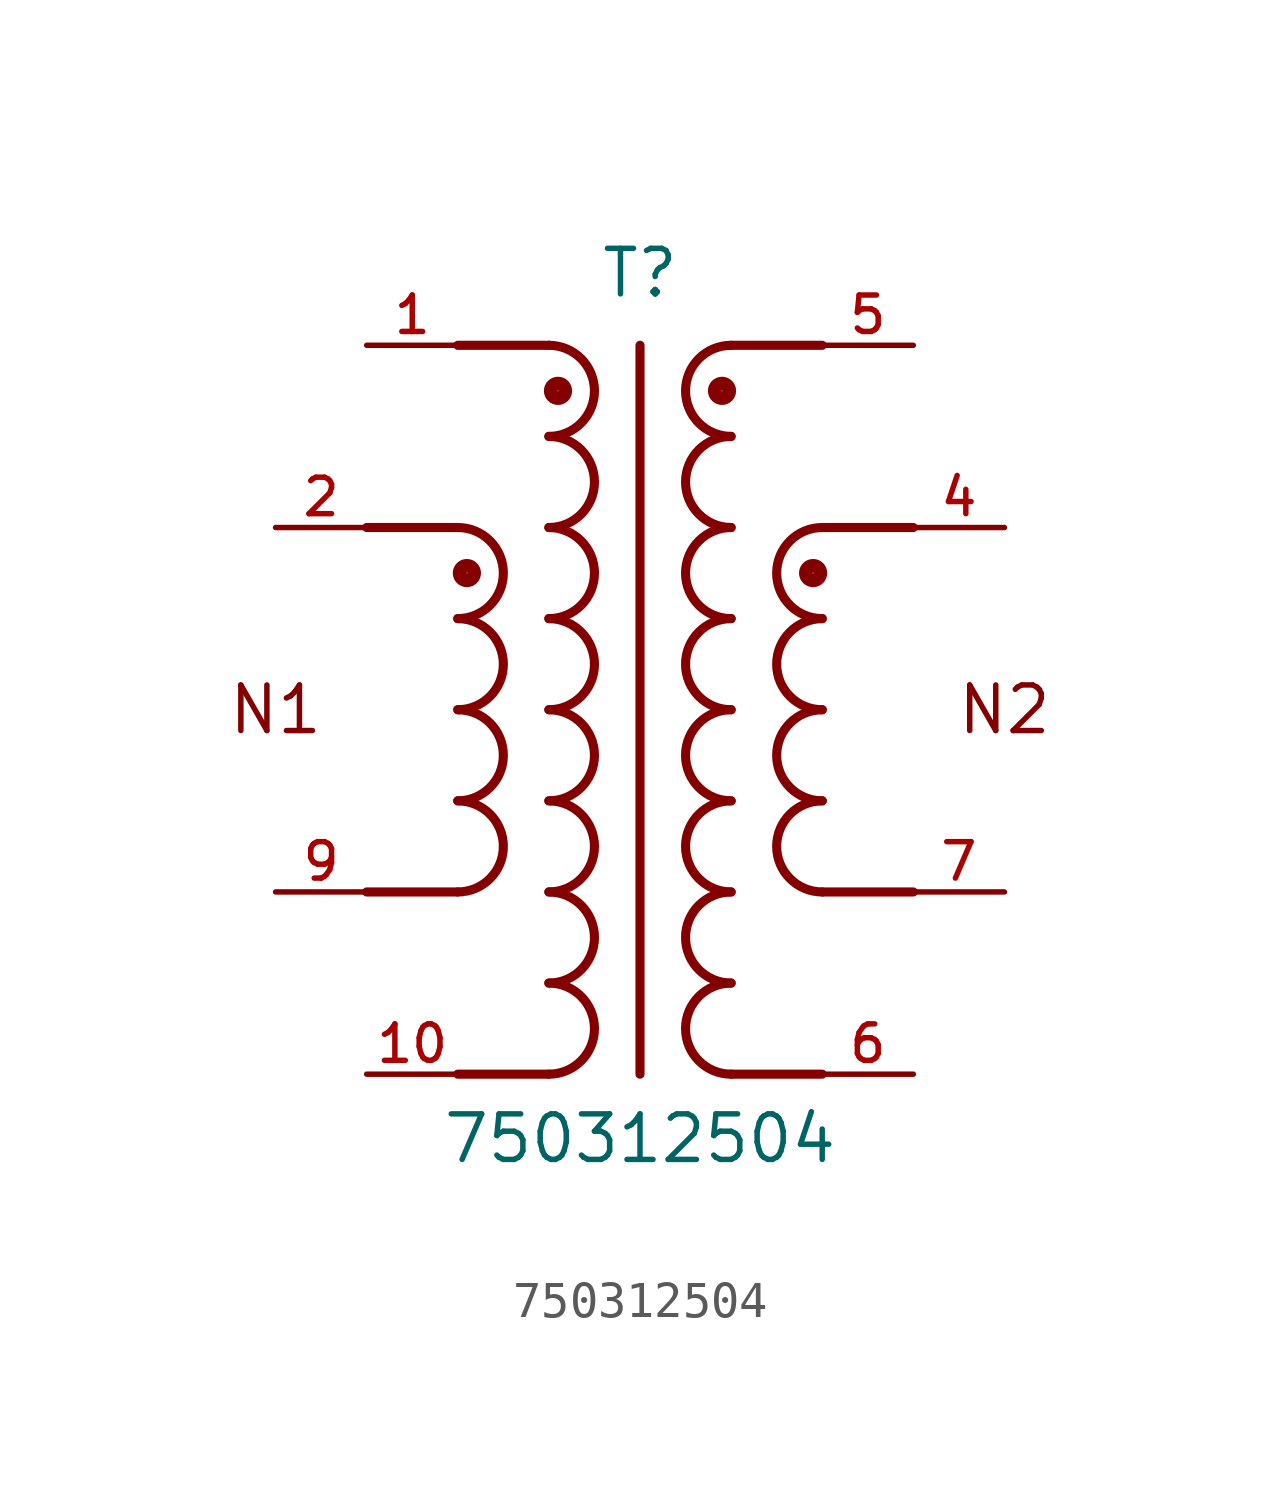
<source format=kicad_sym>
(kicad_symbol_lib
  (version 20211014)
  (generator kicad_symbol_editor)
  (symbol "750312504"
    (pin_names
      (offset 1.016))
    (property "Reference" "T"
      (at 0.0 11.43 0)
      (effects (font (size 1.27 1.27)) (justify bottom)))
    (property "Value" "750312504"
      (at 0.0 -12.7 0)
      (effects (font (size 1.27 1.27)) (justify bottom)))
    (symbol "750312504_0_0"
      (text "N1" (at -10.16 0.0 0) (effects (font (size 1.27 1.27))))
      (text "N2" (at 10.16 0.0 0) (effects (font (size 1.27 1.27))))
      (polyline (pts (xy 0.0 10.16) (xy 0.0 -10.16)) (stroke (width 0.254)))
      (arc (start -5.08 2.54) (mid -3.81 3.81) (end -5.08 5.08) (stroke (width 0.254) (type default) (color 0 0 0 0)) (fill (type none)))
      (arc (start -5.08 0.0) (mid -3.81 1.27) (end -5.08 2.54) (stroke (width 0.254) (type default) (color 0 0 0 0)) (fill (type none)))
      (arc (start -5.08 -2.54) (mid -3.81 -1.27) (end -5.08 0.0) (stroke (width 0.254) (type default) (color 0 0 0 0)) (fill (type none)))
      (arc (start -5.08 -5.08) (mid -3.81 -3.81) (end -5.08 -2.54) (stroke (width 0.254) (type default) (color 0 0 0 0)) (fill (type none)))
      (polyline (pts (xy -5.08 5.08) (xy -7.62 5.08)) (stroke (width 0.254)))
      (polyline (pts (xy -5.08 -5.08) (xy -7.62 -5.08)) (stroke (width 0.254)))
      (arc (start 5.08 -2.54) (mid 3.81 -3.81) (end 5.08 -5.08) (stroke (width 0.254) (type default) (color 0 0 0 0)) (fill (type none)))
      (arc (start 5.08 0.0) (mid 3.81 -1.27) (end 5.08 -2.54) (stroke (width 0.254) (type default) (color 0 0 0 0)) (fill (type none)))
      (arc (start 5.08 2.54) (mid 3.81 1.27) (end 5.08 0.0) (stroke (width 0.254) (type default) (color 0 0 0 0)) (fill (type none)))
      (arc (start 5.08 5.08) (mid 3.81 3.81) (end 5.08 2.54) (stroke (width 0.254) (type default) (color 0 0 0 0)) (fill (type none)))
      (polyline (pts (xy 5.08 5.08) (xy 7.62 5.08)) (stroke (width 0.254)))
      (polyline (pts (xy 5.08 -5.08) (xy 7.62 -5.08)) (stroke (width 0.254)))
      (arc (start 2.54 2.54) (mid 1.27 1.27) (end 2.54 0.0) (stroke (width 0.254) (type default) (color 0 0 0 0)) (fill (type none)))
      (arc (start 2.54 5.08) (mid 1.27 3.81) (end 2.54 2.54) (stroke (width 0.254) (type default) (color 0 0 0 0)) (fill (type none)))
      (arc (start 2.54 7.62) (mid 1.27 6.35) (end 2.54 5.08) (stroke (width 0.254) (type default) (color 0 0 0 0)) (fill (type none)))
      (arc (start 2.54 10.16) (mid 1.27 8.89) (end 2.54 7.62) (stroke (width 0.254) (type default) (color 0 0 0 0)) (fill (type none)))
      (polyline (pts (xy 2.54 10.16) (xy 5.08 10.16)) (stroke (width 0.254)))
      (arc (start 2.54 -7.62) (mid 1.27 -8.89) (end 2.54 -10.16) (stroke (width 0.254) (type default) (color 0 0 0 0)) (fill (type none)))
      (arc (start 2.54 -5.08) (mid 1.27 -6.35) (end 2.54 -7.62) (stroke (width 0.254) (type default) (color 0 0 0 0)) (fill (type none)))
      (arc (start 2.54 -2.54) (mid 1.27 -3.81) (end 2.54 -5.08) (stroke (width 0.254) (type default) (color 0 0 0 0)) (fill (type none)))
      (arc (start 2.54 0.0) (mid 1.27 -1.27) (end 2.54 -2.54) (stroke (width 0.254) (type default) (color 0 0 0 0)) (fill (type none)))
      (polyline (pts (xy 2.54 -10.16) (xy 5.08 -10.16)) (stroke (width 0.254)))
      (arc (start -2.54 7.62) (mid -1.27 8.89) (end -2.54 10.16) (stroke (width 0.254) (type default) (color 0 0 0 0)) (fill (type none)))
      (arc (start -2.54 5.08) (mid -1.27 6.35) (end -2.54 7.62) (stroke (width 0.254) (type default) (color 0 0 0 0)) (fill (type none)))
      (arc (start -2.54 2.54) (mid -1.27 3.81) (end -2.54 5.08) (stroke (width 0.254) (type default) (color 0 0 0 0)) (fill (type none)))
      (arc (start -2.54 0.0) (mid -1.27 1.27) (end -2.54 2.54) (stroke (width 0.254) (type default) (color 0 0 0 0)) (fill (type none)))
      (polyline (pts (xy -2.54 10.16) (xy -5.08 10.16)) (stroke (width 0.254)))
      (arc (start -2.54 -2.54) (mid -1.27 -1.27) (end -2.54 0.0) (stroke (width 0.254) (type default) (color 0 0 0 0)) (fill (type none)))
      (arc (start -2.54 -5.08) (mid -1.27 -3.81) (end -2.54 -2.54) (stroke (width 0.254) (type default) (color 0 0 0 0)) (fill (type none)))
      (arc (start -2.54 -7.62) (mid -1.27 -6.35) (end -2.54 -5.08) (stroke (width 0.254) (type default) (color 0 0 0 0)) (fill (type none)))
      (arc (start -2.54 -10.16) (mid -1.27 -8.89) (end -2.54 -7.62) (stroke (width 0.254) (type default) (color 0 0 0 0)) (fill (type none)))
      (polyline (pts (xy -2.54 -10.16) (xy -5.08 -10.16)) (stroke (width 0.254)))
      (circle (center -4.826 3.81) (radius 0.203) (stroke (width 0.381)) (fill (type none)))
      (circle (center 4.826 3.81) (radius 0.203) (stroke (width 0.381)) (fill (type none)))
      (circle (center 2.286 8.89) (radius 0.203) (stroke (width 0.381)) (fill (type none)))
      (circle (center -2.286 8.89) (radius 0.203) (stroke (width 0.381)) (fill (type none)))
      (pin passive line (at -10.16 5.08 0) (length 2.54) (name "~" (effects (font (size 1.016 1.016)))) (number "2" (effects (font (size 1.016 1.016)))))
      (pin passive line (at 10.16 5.08 180.0) (length 2.54) (name "~" (effects (font (size 1.016 1.016)))) (number "4" (effects (font (size 1.016 1.016)))))
      (pin passive line (at 10.16 -5.08 180.0) (length 2.54) (name "~" (effects (font (size 1.016 1.016)))) (number "7" (effects (font (size 1.016 1.016)))))
      (pin passive line (at -7.62 -10.16 0) (length 2.54) (name "~" (effects (font (size 1.016 1.016)))) (number "10" (effects (font (size 1.016 1.016)))))
      (pin passive line (at -10.16 -5.08 0) (length 2.54) (name "~" (effects (font (size 1.016 1.016)))) (number "9" (effects (font (size 1.016 1.016)))))
      (pin passive line (at 7.62 -10.16 180.0) (length 2.54) (name "~" (effects (font (size 1.016 1.016)))) (number "6" (effects (font (size 1.016 1.016)))))
      (pin passive line (at -7.62 10.16 0) (length 2.54) (name "~" (effects (font (size 1.016 1.016)))) (number "1" (effects (font (size 1.016 1.016)))))
      (pin passive line (at 7.62 10.16 180.0) (length 2.54) (name "~" (effects (font (size 1.016 1.016)))) (number "5" (effects (font (size 1.016 1.016))))))))
</source>
